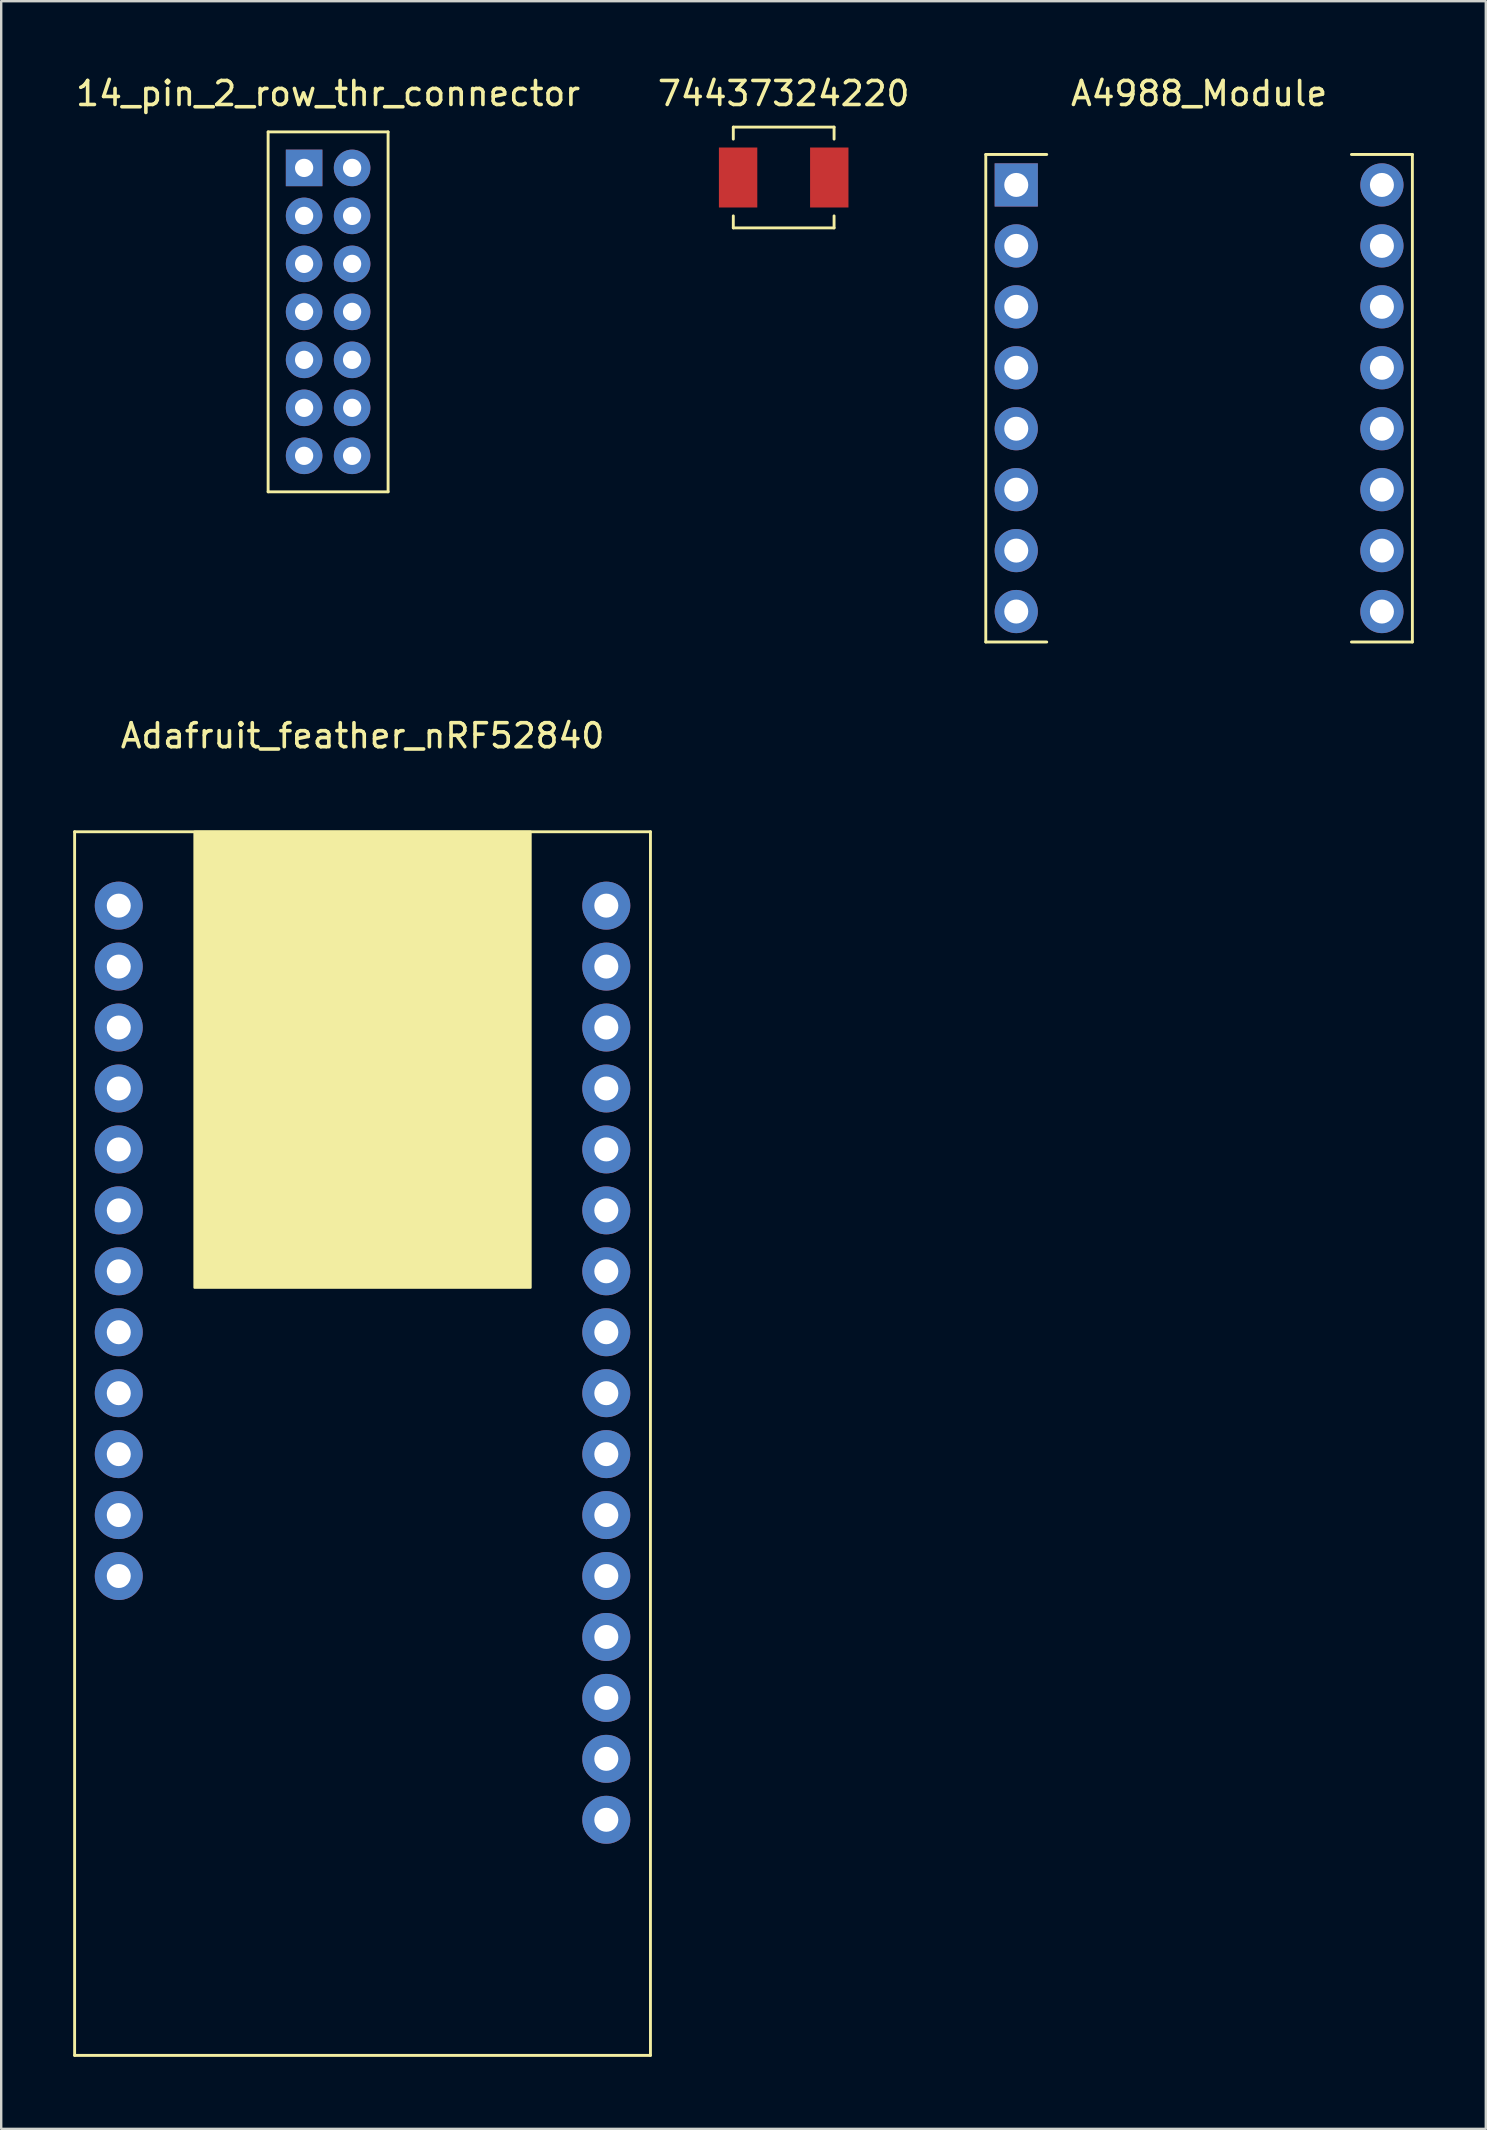
<source format=kicad_pcb>
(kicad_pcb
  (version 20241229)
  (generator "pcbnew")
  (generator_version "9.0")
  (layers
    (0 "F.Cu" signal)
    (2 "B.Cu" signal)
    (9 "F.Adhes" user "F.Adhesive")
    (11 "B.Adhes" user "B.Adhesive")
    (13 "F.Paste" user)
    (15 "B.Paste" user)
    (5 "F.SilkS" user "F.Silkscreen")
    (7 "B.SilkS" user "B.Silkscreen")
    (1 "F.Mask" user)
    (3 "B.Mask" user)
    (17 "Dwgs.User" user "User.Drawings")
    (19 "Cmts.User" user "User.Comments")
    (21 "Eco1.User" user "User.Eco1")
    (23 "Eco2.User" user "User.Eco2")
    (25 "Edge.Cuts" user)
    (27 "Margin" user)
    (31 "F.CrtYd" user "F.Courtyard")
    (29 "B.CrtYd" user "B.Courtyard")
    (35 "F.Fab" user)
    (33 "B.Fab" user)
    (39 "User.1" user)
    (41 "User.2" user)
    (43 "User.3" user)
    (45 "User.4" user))
  (footprint "74437324220"
    (layer "F.Cu")
    (at 29.613 0.348)
    (property "Reference" "74437324220" (at 0 0.5 0) (layer "F.SilkS") (effects (font (size 1 1) (thickness 0.15))))
    (attr through_hole)
    (fp_line (start -2.1 1.9) (end 2.1 1.9) (stroke (width 0.12) (type solid)) (layer "F.SilkS"))
    (fp_line (start -2.1 2.4) (end -2.1 1.9) (stroke (width 0.12) (type solid)) (layer "F.SilkS"))
    (fp_line (start -2.1 5.6) (end -2.1 6.1) (stroke (width 0.12) (type solid)) (layer "F.SilkS"))
    (fp_line (start -2.1 6.1) (end 2.1 6.1) (stroke (width 0.12) (type solid)) (layer "F.SilkS"))
    (fp_line (start 2.1 1.9) (end 2.1 2.4) (stroke (width 0.12) (type solid)) (layer "F.SilkS"))
    (fp_line (start 2.1 6.1) (end 2.1 5.6) (stroke (width 0.12) (type solid)) (layer "F.SilkS"))
    (pad "1" smd rect (at -1.9 4) (size 1.6 2.5) (layers "F.Cu" "F.Mask" "F.Paste"))
    (pad "2" smd rect (at 1.9 4) (size 1.6 2.5) (layers "F.Cu" "F.Mask" "F.Paste")))
  (footprint "Adafruit_feather_nRF52840"
    (layer "F.Cu")
    (at 12.06 29.616)
    (property "Reference" "Adafruit_feather_nRF52840" (at 0 -2 0) (layer "F.SilkS") (effects (font (size 1 1) (thickness 0.15))))
    (attr through_hole)
    (fp_line (start -12 2) (end 12 2) (stroke (width 0.12) (type solid)) (layer "F.SilkS"))
    (fp_line (start -12 53) (end -12 2) (stroke (width 0.12) (type solid)) (layer "F.SilkS"))
    (fp_line (start 12 2) (end 12 53) (stroke (width 0.12) (type solid)) (layer "F.SilkS"))
    (fp_line (start 12 53) (end -12 53) (stroke (width 0.12) (type solid)) (layer "F.SilkS"))
    (fp_poly (pts (xy 7 21) (xy -7 21) (xy -7 2) (xy 7 2)) (stroke (width 0.1) (type solid)) (fill yes) (layer "F.SilkS"))
    (pad "1" thru_hole circle (at -10.16 5.08) (size 2 2) (drill 1) (layers "*.Cu" "*.Mask"))
    (pad "2" thru_hole circle (at -10.16 7.62) (size 2 2) (drill 1) (layers "*.Cu" "*.Mask"))
    (pad "3" thru_hole circle (at -10.16 10.16) (size 2 2) (drill 1) (layers "*.Cu" "*.Mask"))
    (pad "4" thru_hole circle (at -10.16 12.7) (size 2 2) (drill 1) (layers "*.Cu" "*.Mask"))
    (pad "5" thru_hole circle (at -10.16 15.24) (size 2 2) (drill 1) (layers "*.Cu" "*.Mask"))
    (pad "6" thru_hole circle (at -10.16 17.78) (size 2 2) (drill 1) (layers "*.Cu" "*.Mask"))
    (pad "7" thru_hole circle (at -10.16 20.32) (size 2 2) (drill 1) (layers "*.Cu" "*.Mask"))
    (pad "8" thru_hole circle (at -10.16 22.86) (size 2 2) (drill 1) (layers "*.Cu" "*.Mask"))
    (pad "9" thru_hole circle (at -10.16 25.4) (size 2 2) (drill 1) (layers "*.Cu" "*.Mask"))
    (pad "10" thru_hole circle (at -10.16 27.94) (size 2 2) (drill 1) (layers "*.Cu" "*.Mask"))
    (pad "11" thru_hole circle (at -10.16 30.48) (size 2 2) (drill 1) (layers "*.Cu" "*.Mask"))
    (pad "12" thru_hole circle (at -10.16 33.02) (size 2 2) (drill 1) (layers "*.Cu" "*.Mask"))
    (pad "13" thru_hole circle (at 10.16 43.18) (size 2 2) (drill 1) (layers "*.Cu" "*.Mask"))
    (pad "14" thru_hole circle (at 10.16 40.64) (size 2 2) (drill 1) (layers "*.Cu" "*.Mask"))
    (pad "15" thru_hole circle (at 10.16 38.1) (size 2 2) (drill 1) (layers "*.Cu" "*.Mask"))
    (pad "16" thru_hole circle (at 10.16 35.56) (size 2 2) (drill 1) (layers "*.Cu" "*.Mask"))
    (pad "17" thru_hole circle (at 10.16 33.02) (size 2 2) (drill 1) (layers "*.Cu" "*.Mask"))
    (pad "18" thru_hole circle (at 10.16 30.48) (size 2 2) (drill 1) (layers "*.Cu" "*.Mask"))
    (pad "19" thru_hole circle (at 10.16 27.94) (size 2 2) (drill 1) (layers "*.Cu" "*.Mask"))
    (pad "20" thru_hole circle (at 10.16 25.4) (size 2 2) (drill 1) (layers "*.Cu" "*.Mask"))
    (pad "21" thru_hole circle (at 10.16 22.86) (size 2 2) (drill 1) (layers "*.Cu" "*.Mask"))
    (pad "22" thru_hole circle (at 10.16 20.32) (size 2 2) (drill 1) (layers "*.Cu" "*.Mask"))
    (pad "23" thru_hole circle (at 10.16 17.78) (size 2 2) (drill 1) (layers "*.Cu" "*.Mask"))
    (pad "24" thru_hole circle (at 10.16 15.24) (size 2 2) (drill 1) (layers "*.Cu" "*.Mask"))
    (pad "25" thru_hole circle (at 10.16 12.7) (size 2 2) (drill 1) (layers "*.Cu" "*.Mask"))
    (pad "26" thru_hole circle (at 10.16 10.16) (size 2 2) (drill 1) (layers "*.Cu" "*.Mask"))
    (pad "27" thru_hole circle (at 10.16 7.62) (size 2 2) (drill 1) (layers "*.Cu" "*.Mask"))
    (pad "28" thru_hole circle (at 10.16 5.08) (size 2 2) (drill 1) (layers "*.Cu" "*.Mask")))
  (footprint "14_pin_2_row_thr_connector"
    (layer "F.Cu")
    (at 10.625 2.948)
    (property "Reference" "14_pin_2_row_thr_connector" (at 0 -2.1 0) (layer "F.SilkS") (effects (font (size 1 1) (thickness 0.15))))
    (attr through_hole)
    (fp_line (start -2.5 -0.5) (end 2.5 -0.5) (stroke (width 0.12) (type solid)) (layer "F.SilkS"))
    (fp_line (start -2.5 14.5) (end -2.5 -0.5) (stroke (width 0.12) (type solid)) (layer "F.SilkS"))
    (fp_line (start 2.5 -0.5) (end 2.5 14.5) (stroke (width 0.12) (type solid)) (layer "F.SilkS"))
    (fp_line (start 2.5 14.5) (end -2.5 14.5) (stroke (width 0.12) (type solid)) (layer "F.SilkS"))
    (pad "1" thru_hole rect (at -1 1) (size 1.524 1.524) (drill 0.762) (layers "*.Cu" "*.Mask"))
    (pad "2" thru_hole circle (at 1 1) (size 1.524 1.524) (drill 0.762) (layers "*.Cu" "*.Mask"))
    (pad "3" thru_hole circle (at -1 3) (size 1.524 1.524) (drill 0.762) (layers "*.Cu" "*.Mask"))
    (pad "4" thru_hole circle (at 1 3) (size 1.524 1.524) (drill 0.762) (layers "*.Cu" "*.Mask"))
    (pad "5" thru_hole circle (at -1 5) (size 1.524 1.524) (drill 0.762) (layers "*.Cu" "*.Mask"))
    (pad "6" thru_hole circle (at 1 5) (size 1.524 1.524) (drill 0.762) (layers "*.Cu" "*.Mask"))
    (pad "7" thru_hole circle (at -1 7) (size 1.524 1.524) (drill 0.762) (layers "*.Cu" "*.Mask"))
    (pad "8" thru_hole circle (at 1 7) (size 1.524 1.524) (drill 0.762) (layers "*.Cu" "*.Mask"))
    (pad "9" thru_hole circle (at -1 9) (size 1.524 1.524) (drill 0.762) (layers "*.Cu" "*.Mask"))
    (pad "10" thru_hole circle (at 1 9) (size 1.524 1.524) (drill 0.762) (layers "*.Cu" "*.Mask"))
    (pad "11" thru_hole circle (at -1 11) (size 1.524 1.524) (drill 0.762) (layers "*.Cu" "*.Mask"))
    (pad "12" thru_hole circle (at 1 11) (size 1.524 1.524) (drill 0.762) (layers "*.Cu" "*.Mask"))
    (pad "13" thru_hole circle (at -1 13) (size 1.524 1.524) (drill 0.762) (layers "*.Cu" "*.Mask"))
    (pad "14" thru_hole circle (at 1 13) (size 1.524 1.524) (drill 0.762) (layers "*.Cu" "*.Mask")))
  (footprint "A4988_Module"
    (layer "F.Cu")
    (at 46.926 4.658)
    (property "Reference" "A4988_Module" (at 0 -3.81 0) (unlocked yes) (layer "F.SilkS") (effects (font (size 1 1) (thickness 0.15))))
    (attr through_hole)
    (fp_line (start -8.89 -1.27) (end -8.89 19.05) (stroke (width 0.12) (type solid)) (layer "F.SilkS"))
    (fp_line (start -8.89 -1.27) (end -6.35 -1.27) (stroke (width 0.12) (type solid)) (layer "F.SilkS"))
    (fp_line (start -8.89 19.05) (end -6.35 19.05) (stroke (width 0.12) (type solid)) (layer "F.SilkS"))
    (fp_line (start 8.89 -1.27) (end 6.35 -1.27) (stroke (width 0.12) (type solid)) (layer "F.SilkS"))
    (fp_line (start 8.89 19.05) (end 6.35 19.05) (stroke (width 0.12) (type solid)) (layer "F.SilkS"))
    (fp_line (start 8.89 19.05) (end 8.89 -1.27) (stroke (width 0.12) (type solid)) (layer "F.SilkS"))
    (pad "1" thru_hole rect (at -7.62 0) (size 1.8 1.8) (drill 1) (layers "*.Cu" "*.Mask"))
    (pad "2" thru_hole circle (at -7.62 2.54) (size 1.8 1.8) (drill 1) (layers "*.Cu" "*.Mask"))
    (pad "3" thru_hole circle (at -7.62 5.08) (size 1.8 1.8) (drill 1) (layers "*.Cu" "*.Mask"))
    (pad "4" thru_hole circle (at -7.62 7.62) (size 1.8 1.8) (drill 1) (layers "*.Cu" "*.Mask"))
    (pad "5" thru_hole circle (at -7.62 10.16) (size 1.8 1.8) (drill 1) (layers "*.Cu" "*.Mask"))
    (pad "6" thru_hole circle (at -7.62 12.7) (size 1.8 1.8) (drill 1) (layers "*.Cu" "*.Mask"))
    (pad "7" thru_hole circle (at -7.62 15.24) (size 1.8 1.8) (drill 1) (layers "*.Cu" "*.Mask"))
    (pad "8" thru_hole circle (at -7.62 17.78) (size 1.8 1.8) (drill 1) (layers "*.Cu" "*.Mask"))
    (pad "9" thru_hole circle (at 7.62 17.78) (size 1.8 1.8) (drill 1) (layers "*.Cu" "*.Mask"))
    (pad "10" thru_hole circle (at 7.62 15.24) (size 1.8 1.8) (drill 1) (layers "*.Cu" "*.Mask"))
    (pad "11" thru_hole circle (at 7.62 12.7) (size 1.8 1.8) (drill 1) (layers "*.Cu" "*.Mask"))
    (pad "12" thru_hole circle (at 7.62 10.16) (size 1.8 1.8) (drill 1) (layers "*.Cu" "*.Mask"))
    (pad "13" thru_hole circle (at 7.62 7.62) (size 1.8 1.8) (drill 1) (layers "*.Cu" "*.Mask"))
    (pad "14" thru_hole circle (at 7.62 5.08) (size 1.8 1.8) (drill 1) (layers "*.Cu" "*.Mask"))
    (pad "15" thru_hole circle (at 7.62 2.54) (size 1.8 1.8) (drill 1) (layers "*.Cu" "*.Mask"))
    (pad "16" thru_hole circle (at 7.62 0) (size 1.8 1.8) (drill 1) (layers "*.Cu" "*.Mask")))
  (gr_rect
    (start -3 -3)
    (end 58.876 85.677)
    (stroke (width 0.1) (type default))
    (fill no)
    (layer "Edge.Cuts")))
</source>
